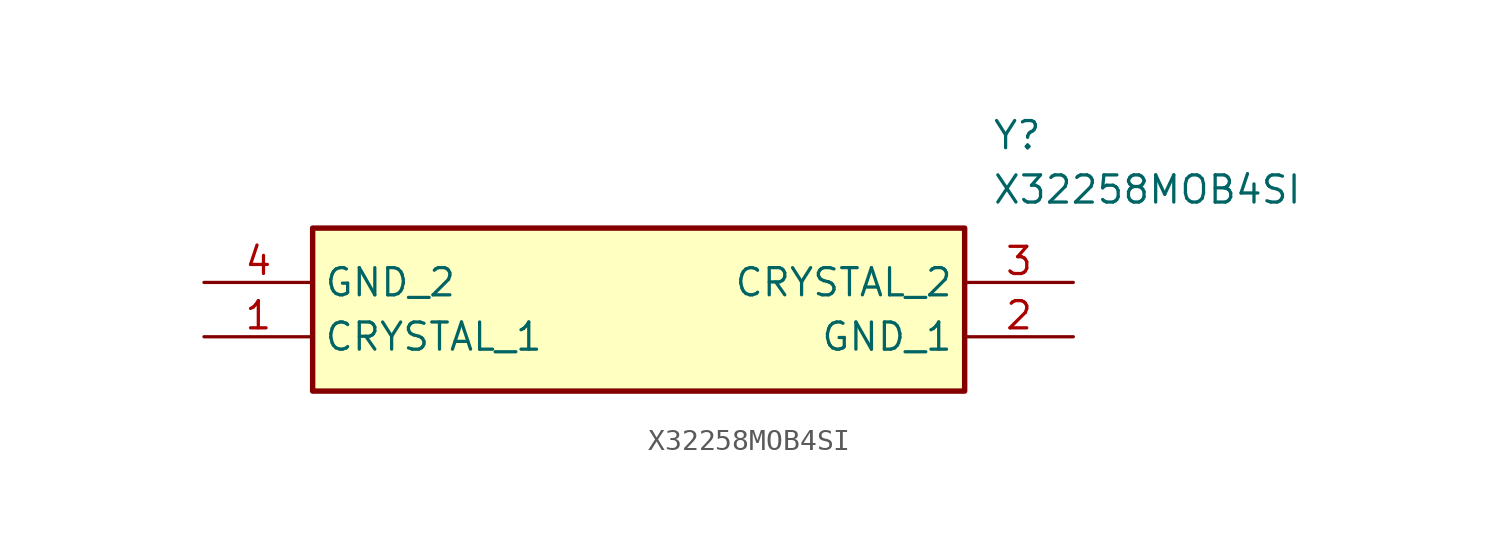
<source format=kicad_sym>
(kicad_symbol_lib
  (version 20211014)
  (generator SamacSys_ECAD_Model)
  (symbol "X32258MOB4SI"
    (property "Reference" "Y"
      (at 36.83 7.62 0)
      (effects (font (size 1.27 1.27)) (justify left top)))
    (property "Value" "X32258MOB4SI"
      (at 36.83 5.08 0)
      (effects (font (size 1.27 1.27)) (justify left top)))
    (rectangle
      (start 5.08 2.54)
      (end 35.56 -5.08)
      (stroke (width 0.254) (type default))
      (fill (type background)))
    (pin passive line
      (at 0 -2.54 0)
      (length 5.08)
      (name "CRYSTAL_1" (effects (font (size 1.27 1.27))))
      (number "1" (effects (font (size 1.27 1.27)))))
    (pin passive line
      (at 40.64 -2.54 180)
      (length 5.08)
      (name "GND_1" (effects (font (size 1.27 1.27))))
      (number "2" (effects (font (size 1.27 1.27)))))
    (pin passive line
      (at 40.64 0 180)
      (length 5.08)
      (name "CRYSTAL_2" (effects (font (size 1.27 1.27))))
      (number "3" (effects (font (size 1.27 1.27)))))
    (pin passive line
      (at 0 0 0)
      (length 5.08)
      (name "GND_2" (effects (font (size 1.27 1.27))))
      (number "4" (effects (font (size 1.27 1.27)))))))
</source>
